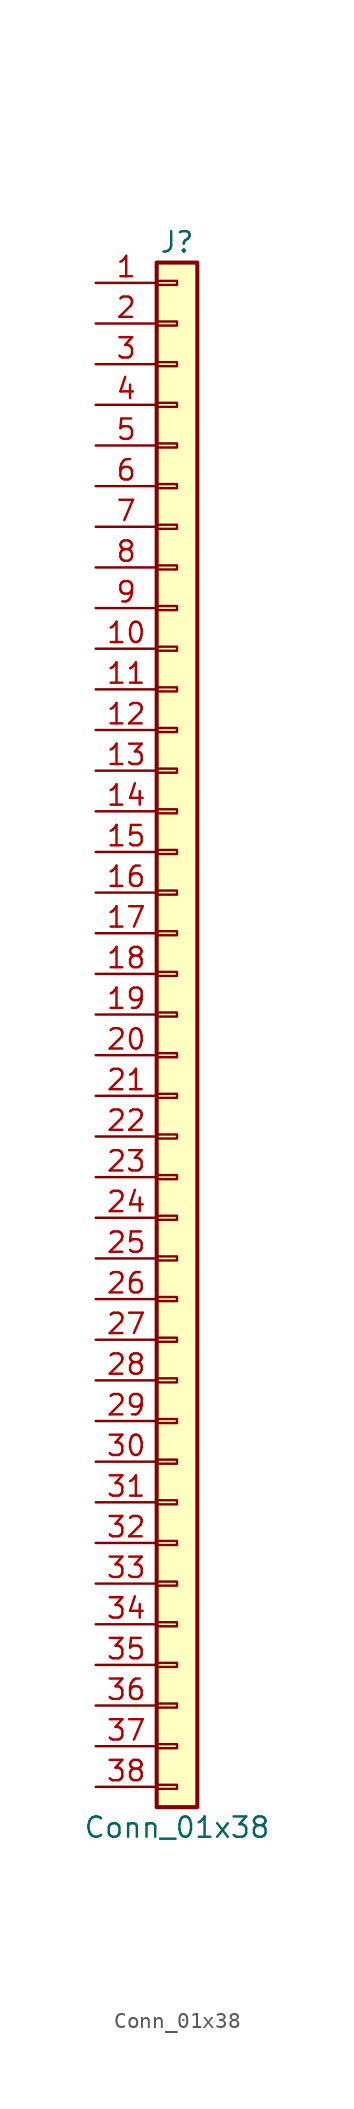
<source format=kicad_sym>
(kicad_symbol_lib
  (version 20220914)
  (generator kicad_symbol_editor)
  (symbol "Conn_01x38"
    (pin_names
      (offset 1.016) hide)
    (property "Reference" "J"
      (at 0 48.26 0)
      (effects (font (size 1.27 1.27))))
    (property "Value" "Conn_01x38"
      (at 0 -50.8 0)
      (effects (font (size 1.27 1.27))))
    (symbol "Conn_01x38_1_1"
      (rectangle (start -1.27 -48.133) (end 0 -48.387) (stroke (width 0.152) (type solid)) (fill (type none)))
      (rectangle (start -1.27 -45.593) (end 0 -45.847) (stroke (width 0.152) (type solid)) (fill (type none)))
      (rectangle (start -1.27 -43.053) (end 0 -43.307) (stroke (width 0.152) (type solid)) (fill (type none)))
      (rectangle (start -1.27 -40.513) (end 0 -40.767) (stroke (width 0.152) (type solid)) (fill (type none)))
      (rectangle (start -1.27 -37.973) (end 0 -38.227) (stroke (width 0.152) (type solid)) (fill (type none)))
      (rectangle (start -1.27 -35.433) (end 0 -35.687) (stroke (width 0.152) (type solid)) (fill (type none)))
      (rectangle (start -1.27 -32.893) (end 0 -33.147) (stroke (width 0.152) (type solid)) (fill (type none)))
      (rectangle (start -1.27 -30.353) (end 0 -30.607) (stroke (width 0.152) (type solid)) (fill (type none)))
      (rectangle (start -1.27 -27.813) (end 0 -28.067) (stroke (width 0.152) (type solid)) (fill (type none)))
      (rectangle (start -1.27 -25.273) (end 0 -25.527) (stroke (width 0.152) (type solid)) (fill (type none)))
      (rectangle (start -1.27 -22.733) (end 0 -22.987) (stroke (width 0.152) (type solid)) (fill (type none)))
      (rectangle (start -1.27 -20.193) (end 0 -20.447) (stroke (width 0.152) (type solid)) (fill (type none)))
      (rectangle (start -1.27 -17.653) (end 0 -17.907) (stroke (width 0.152) (type solid)) (fill (type none)))
      (rectangle (start -1.27 -15.113) (end 0 -15.367) (stroke (width 0.152) (type solid)) (fill (type none)))
      (rectangle (start -1.27 -12.573) (end 0 -12.827) (stroke (width 0.152) (type solid)) (fill (type none)))
      (rectangle (start -1.27 -10.033) (end 0 -10.287) (stroke (width 0.152) (type solid)) (fill (type none)))
      (rectangle (start -1.27 -7.493) (end 0 -7.747) (stroke (width 0.152) (type solid)) (fill (type none)))
      (rectangle (start -1.27 -4.953) (end 0 -5.207) (stroke (width 0.152) (type solid)) (fill (type none)))
      (rectangle (start -1.27 -2.413) (end 0 -2.667) (stroke (width 0.152) (type solid)) (fill (type none)))
      (rectangle (start -1.27 0.127) (end 0 -0.127) (stroke (width 0.152) (type solid)) (fill (type none)))
      (rectangle (start -1.27 2.667) (end 0 2.413) (stroke (width 0.152) (type solid)) (fill (type none)))
      (rectangle (start -1.27 5.207) (end 0 4.953) (stroke (width 0.152) (type solid)) (fill (type none)))
      (rectangle (start -1.27 7.747) (end 0 7.493) (stroke (width 0.152) (type solid)) (fill (type none)))
      (rectangle (start -1.27 10.287) (end 0 10.033) (stroke (width 0.152) (type solid)) (fill (type none)))
      (rectangle (start -1.27 12.827) (end 0 12.573) (stroke (width 0.152) (type solid)) (fill (type none)))
      (rectangle (start -1.27 15.367) (end 0 15.113) (stroke (width 0.152) (type solid)) (fill (type none)))
      (rectangle (start -1.27 17.907) (end 0 17.653) (stroke (width 0.152) (type solid)) (fill (type none)))
      (rectangle (start -1.27 20.447) (end 0 20.193) (stroke (width 0.152) (type solid)) (fill (type none)))
      (rectangle (start -1.27 22.987) (end 0 22.733) (stroke (width 0.152) (type solid)) (fill (type none)))
      (rectangle (start -1.27 25.527) (end 0 25.273) (stroke (width 0.152) (type solid)) (fill (type none)))
      (rectangle (start -1.27 28.067) (end 0 27.813) (stroke (width 0.152) (type solid)) (fill (type none)))
      (rectangle (start -1.27 30.607) (end 0 30.353) (stroke (width 0.152) (type solid)) (fill (type none)))
      (rectangle (start -1.27 33.147) (end 0 32.893) (stroke (width 0.152) (type solid)) (fill (type none)))
      (rectangle (start -1.27 35.687) (end 0 35.433) (stroke (width 0.152) (type solid)) (fill (type none)))
      (rectangle (start -1.27 38.227) (end 0 37.973) (stroke (width 0.152) (type solid)) (fill (type none)))
      (rectangle (start -1.27 40.767) (end 0 40.513) (stroke (width 0.152) (type solid)) (fill (type none)))
      (rectangle (start -1.27 43.307) (end 0 43.053) (stroke (width 0.152) (type solid)) (fill (type none)))
      (rectangle (start -1.27 45.847) (end 0 45.593) (stroke (width 0.152) (type solid)) (fill (type none)))
      (rectangle (start -1.27 46.99) (end 1.27 -49.53) (stroke (width 0.254) (type solid)) (fill (type background)))
      (pin passive line (at -5.08 45.72 0) (length 3.81) (name "Pin_1" (effects (font (size 1.27 1.27)))) (number "1" (effects (font (size 1.27 1.27)))))
      (pin passive line (at -5.08 22.86 0) (length 3.81) (name "Pin_10" (effects (font (size 1.27 1.27)))) (number "10" (effects (font (size 1.27 1.27)))))
      (pin passive line (at -5.08 20.32 0) (length 3.81) (name "Pin_11" (effects (font (size 1.27 1.27)))) (number "11" (effects (font (size 1.27 1.27)))))
      (pin passive line (at -5.08 17.78 0) (length 3.81) (name "Pin_12" (effects (font (size 1.27 1.27)))) (number "12" (effects (font (size 1.27 1.27)))))
      (pin passive line (at -5.08 15.24 0) (length 3.81) (name "Pin_13" (effects (font (size 1.27 1.27)))) (number "13" (effects (font (size 1.27 1.27)))))
      (pin passive line (at -5.08 12.7 0) (length 3.81) (name "Pin_14" (effects (font (size 1.27 1.27)))) (number "14" (effects (font (size 1.27 1.27)))))
      (pin passive line (at -5.08 10.16 0) (length 3.81) (name "Pin_15" (effects (font (size 1.27 1.27)))) (number "15" (effects (font (size 1.27 1.27)))))
      (pin passive line (at -5.08 7.62 0) (length 3.81) (name "Pin_16" (effects (font (size 1.27 1.27)))) (number "16" (effects (font (size 1.27 1.27)))))
      (pin passive line (at -5.08 5.08 0) (length 3.81) (name "Pin_17" (effects (font (size 1.27 1.27)))) (number "17" (effects (font (size 1.27 1.27)))))
      (pin passive line (at -5.08 2.54 0) (length 3.81) (name "Pin_18" (effects (font (size 1.27 1.27)))) (number "18" (effects (font (size 1.27 1.27)))))
      (pin passive line (at -5.08 0 0) (length 3.81) (name "Pin_19" (effects (font (size 1.27 1.27)))) (number "19" (effects (font (size 1.27 1.27)))))
      (pin passive line (at -5.08 43.18 0) (length 3.81) (name "Pin_2" (effects (font (size 1.27 1.27)))) (number "2" (effects (font (size 1.27 1.27)))))
      (pin passive line (at -5.08 -2.54 0) (length 3.81) (name "Pin_20" (effects (font (size 1.27 1.27)))) (number "20" (effects (font (size 1.27 1.27)))))
      (pin passive line (at -5.08 -5.08 0) (length 3.81) (name "Pin_21" (effects (font (size 1.27 1.27)))) (number "21" (effects (font (size 1.27 1.27)))))
      (pin passive line (at -5.08 -7.62 0) (length 3.81) (name "Pin_22" (effects (font (size 1.27 1.27)))) (number "22" (effects (font (size 1.27 1.27)))))
      (pin passive line (at -5.08 -10.16 0) (length 3.81) (name "Pin_23" (effects (font (size 1.27 1.27)))) (number "23" (effects (font (size 1.27 1.27)))))
      (pin passive line (at -5.08 -12.7 0) (length 3.81) (name "Pin_24" (effects (font (size 1.27 1.27)))) (number "24" (effects (font (size 1.27 1.27)))))
      (pin passive line (at -5.08 -15.24 0) (length 3.81) (name "Pin_25" (effects (font (size 1.27 1.27)))) (number "25" (effects (font (size 1.27 1.27)))))
      (pin passive line (at -5.08 -17.78 0) (length 3.81) (name "Pin_26" (effects (font (size 1.27 1.27)))) (number "26" (effects (font (size 1.27 1.27)))))
      (pin passive line (at -5.08 -20.32 0) (length 3.81) (name "Pin_27" (effects (font (size 1.27 1.27)))) (number "27" (effects (font (size 1.27 1.27)))))
      (pin passive line (at -5.08 -22.86 0) (length 3.81) (name "Pin_28" (effects (font (size 1.27 1.27)))) (number "28" (effects (font (size 1.27 1.27)))))
      (pin passive line (at -5.08 -25.4 0) (length 3.81) (name "Pin_29" (effects (font (size 1.27 1.27)))) (number "29" (effects (font (size 1.27 1.27)))))
      (pin passive line (at -5.08 40.64 0) (length 3.81) (name "Pin_3" (effects (font (size 1.27 1.27)))) (number "3" (effects (font (size 1.27 1.27)))))
      (pin passive line (at -5.08 -27.94 0) (length 3.81) (name "Pin_30" (effects (font (size 1.27 1.27)))) (number "30" (effects (font (size 1.27 1.27)))))
      (pin passive line (at -5.08 -30.48 0) (length 3.81) (name "Pin_31" (effects (font (size 1.27 1.27)))) (number "31" (effects (font (size 1.27 1.27)))))
      (pin passive line (at -5.08 -33.02 0) (length 3.81) (name "Pin_32" (effects (font (size 1.27 1.27)))) (number "32" (effects (font (size 1.27 1.27)))))
      (pin passive line (at -5.08 -35.56 0) (length 3.81) (name "Pin_33" (effects (font (size 1.27 1.27)))) (number "33" (effects (font (size 1.27 1.27)))))
      (pin passive line (at -5.08 -38.1 0) (length 3.81) (name "Pin_34" (effects (font (size 1.27 1.27)))) (number "34" (effects (font (size 1.27 1.27)))))
      (pin passive line (at -5.08 -40.64 0) (length 3.81) (name "Pin_35" (effects (font (size 1.27 1.27)))) (number "35" (effects (font (size 1.27 1.27)))))
      (pin passive line (at -5.08 -43.18 0) (length 3.81) (name "Pin_36" (effects (font (size 1.27 1.27)))) (number "36" (effects (font (size 1.27 1.27)))))
      (pin passive line (at -5.08 -45.72 0) (length 3.81) (name "Pin_37" (effects (font (size 1.27 1.27)))) (number "37" (effects (font (size 1.27 1.27)))))
      (pin passive line (at -5.08 -48.26 0) (length 3.81) (name "Pin_38" (effects (font (size 1.27 1.27)))) (number "38" (effects (font (size 1.27 1.27)))))
      (pin passive line (at -5.08 38.1 0) (length 3.81) (name "Pin_4" (effects (font (size 1.27 1.27)))) (number "4" (effects (font (size 1.27 1.27)))))
      (pin passive line (at -5.08 35.56 0) (length 3.81) (name "Pin_5" (effects (font (size 1.27 1.27)))) (number "5" (effects (font (size 1.27 1.27)))))
      (pin passive line (at -5.08 33.02 0) (length 3.81) (name "Pin_6" (effects (font (size 1.27 1.27)))) (number "6" (effects (font (size 1.27 1.27)))))
      (pin passive line (at -5.08 30.48 0) (length 3.81) (name "Pin_7" (effects (font (size 1.27 1.27)))) (number "7" (effects (font (size 1.27 1.27)))))
      (pin passive line (at -5.08 27.94 0) (length 3.81) (name "Pin_8" (effects (font (size 1.27 1.27)))) (number "8" (effects (font (size 1.27 1.27)))))
      (pin passive line (at -5.08 25.4 0) (length 3.81) (name "Pin_9" (effects (font (size 1.27 1.27)))) (number "9" (effects (font (size 1.27 1.27))))))))
</source>
